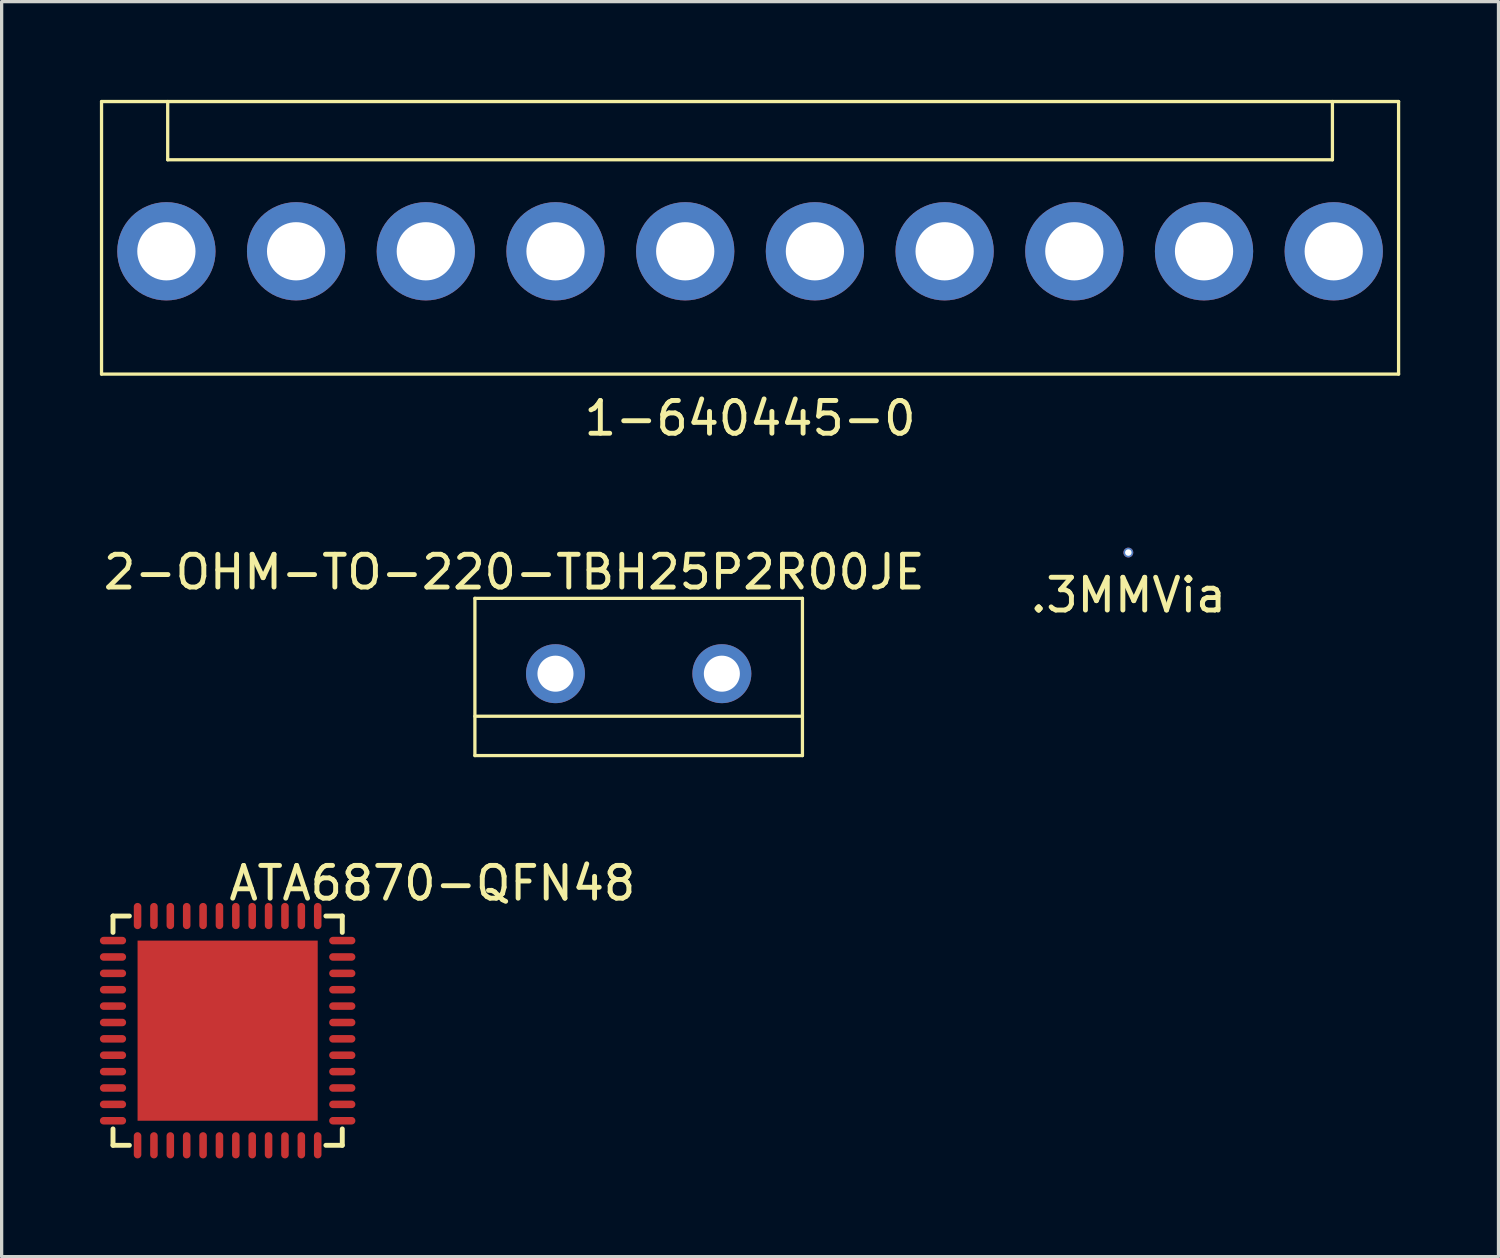
<source format=kicad_pcb>
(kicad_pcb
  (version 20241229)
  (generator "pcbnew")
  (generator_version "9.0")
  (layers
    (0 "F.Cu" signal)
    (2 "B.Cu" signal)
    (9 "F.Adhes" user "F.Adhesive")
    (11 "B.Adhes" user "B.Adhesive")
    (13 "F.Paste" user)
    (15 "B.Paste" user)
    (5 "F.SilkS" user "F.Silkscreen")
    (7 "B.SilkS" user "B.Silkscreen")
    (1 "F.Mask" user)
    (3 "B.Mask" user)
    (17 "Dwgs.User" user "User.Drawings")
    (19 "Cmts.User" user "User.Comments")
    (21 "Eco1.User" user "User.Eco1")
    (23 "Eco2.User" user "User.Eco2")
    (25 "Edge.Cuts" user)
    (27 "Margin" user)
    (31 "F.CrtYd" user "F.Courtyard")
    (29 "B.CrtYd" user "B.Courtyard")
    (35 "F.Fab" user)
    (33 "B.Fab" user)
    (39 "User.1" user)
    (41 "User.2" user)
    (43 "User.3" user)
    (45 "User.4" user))
  (footprint "2-OHM-TO-220-TBH25P2R00JE"
    (layer "F.Cu")
    (at 16.449 17.518)
    (property "Reference" "2-OHM-TO-220-TBH25P2R00JE" (at -3.8 -3.1 0) (layer "F.SilkS") (effects (font (size 1 1) (thickness 0.15))))
    (attr through_hole)
    (fp_line (start -5 -2.3) (end 5 -2.3) (stroke (width 0.1) (type solid)) (layer "F.SilkS"))
    (fp_line (start -5 1.3) (end 5 1.3) (stroke (width 0.1) (type solid)) (layer "F.SilkS"))
    (fp_line (start -5 2.5) (end -5 -2.3) (stroke (width 0.1) (type solid)) (layer "F.SilkS"))
    (fp_line (start -5 2.5) (end 5 2.5) (stroke (width 0.1) (type solid)) (layer "F.SilkS"))
    (fp_line (start 5 2.5) (end 5 -2.3) (stroke (width 0.1) (type solid)) (layer "F.SilkS"))
    (pad "1" thru_hole circle (at 2.54 0) (size 1.8 1.8) (drill 1.1) (layers "*.Cu" "*.Mask"))
    (pad "2" thru_hole circle (at -2.54 0) (size 1.8 1.8) (drill 1.1) (layers "*.Cu" "*.Mask")))
  (footprint "ATA6870-QFN48"
    (layer "F.Cu")
    (at 3.9 28.417)
    (property "Reference" "ATA6870-QFN48" (at 6.25 -4.5 0) (layer "F.SilkS") (effects (font (size 1 1) (thickness 0.15))))
    (attr through_hole)
    (fp_line (start -3.5 -3.5) (end -3 -3.5) (stroke (width 0.15) (type solid)) (layer "F.SilkS"))
    (fp_line (start -3.5 -3) (end -3.5 -3.5) (stroke (width 0.15) (type solid)) (layer "F.SilkS"))
    (fp_line (start -3.5 3.5) (end -3.5 3) (stroke (width 0.15) (type solid)) (layer "F.SilkS"))
    (fp_line (start -3 3.5) (end -3.5 3.5) (stroke (width 0.15) (type solid)) (layer "F.SilkS"))
    (fp_line (start 3 -3.5) (end 3.5 -3.5) (stroke (width 0.15) (type solid)) (layer "F.SilkS"))
    (fp_line (start 3.5 -3.5) (end 3.5 -3) (stroke (width 0.15) (type solid)) (layer "F.SilkS"))
    (fp_line (start 3.5 3) (end 3.5 3.5) (stroke (width 0.15) (type solid)) (layer "F.SilkS"))
    (fp_line (start 3.5 3.5) (end 3 3.5) (stroke (width 0.15) (type solid)) (layer "F.SilkS"))
    (pad "1" smd oval (at -3.5 -2.75) (size 0.8 0.23) (layers "F.Cu" "F.Mask" "F.Paste"))
    (pad "2" smd oval (at -3.5 -2.25) (size 0.8 0.23) (layers "F.Cu" "F.Mask" "F.Paste"))
    (pad "3" smd oval (at -3.5 -1.75) (size 0.8 0.23) (layers "F.Cu" "F.Mask" "F.Paste"))
    (pad "4" smd oval (at -3.5 -1.25) (size 0.8 0.23) (layers "F.Cu" "F.Mask" "F.Paste"))
    (pad "5" smd oval (at -3.5 -0.75) (size 0.8 0.23) (layers "F.Cu" "F.Mask" "F.Paste"))
    (pad "6" smd oval (at -3.5 -0.25) (size 0.8 0.23) (layers "F.Cu" "F.Mask" "F.Paste"))
    (pad "7" smd oval (at -3.5 0.25) (size 0.8 0.23) (layers "F.Cu" "F.Mask" "F.Paste"))
    (pad "8" smd oval (at -3.5 0.75) (size 0.8 0.23) (layers "F.Cu" "F.Mask" "F.Paste"))
    (pad "9" smd oval (at -3.5 1.25) (size 0.8 0.23) (layers "F.Cu" "F.Mask" "F.Paste"))
    (pad "10" smd oval (at -3.5 1.75) (size 0.8 0.23) (layers "F.Cu" "F.Mask" "F.Paste"))
    (pad "11" smd oval (at -3.5 2.25) (size 0.8 0.23) (layers "F.Cu" "F.Mask" "F.Paste"))
    (pad "12" smd oval (at -3.5 2.75) (size 0.8 0.23) (layers "F.Cu" "F.Mask" "F.Paste"))
    (pad "13" smd oval (at -2.75 3.5) (size 0.23 0.8) (layers "F.Cu" "F.Mask" "F.Paste"))
    (pad "14" smd oval (at -2.25 3.5) (size 0.23 0.8) (layers "F.Cu" "F.Mask" "F.Paste"))
    (pad "15" smd oval (at -1.75 3.5) (size 0.23 0.8) (layers "F.Cu" "F.Mask" "F.Paste"))
    (pad "16" smd oval (at -1.25 3.5) (size 0.23 0.8) (layers "F.Cu" "F.Mask" "F.Paste"))
    (pad "17" smd oval (at -0.75 3.5) (size 0.23 0.8) (layers "F.Cu" "F.Mask" "F.Paste"))
    (pad "18" smd oval (at -0.25 3.5) (size 0.23 0.8) (layers "F.Cu" "F.Mask" "F.Paste"))
    (pad "19" smd oval (at 0.25 3.5) (size 0.23 0.8) (layers "F.Cu" "F.Mask" "F.Paste"))
    (pad "20" smd oval (at 0.75 3.5) (size 0.23 0.8) (layers "F.Cu" "F.Mask" "F.Paste"))
    (pad "21" smd oval (at 1.25 3.5) (size 0.23 0.8) (layers "F.Cu" "F.Mask" "F.Paste"))
    (pad "22" smd oval (at 1.75 3.5) (size 0.23 0.8) (layers "F.Cu" "F.Mask" "F.Paste"))
    (pad "23" smd oval (at 2.25 3.5) (size 0.23 0.8) (layers "F.Cu" "F.Mask" "F.Paste"))
    (pad "24" smd oval (at 2.75 3.5) (size 0.23 0.8) (layers "F.Cu" "F.Mask" "F.Paste"))
    (pad "25" smd oval (at 3.5 2.75) (size 0.8 0.23) (layers "F.Cu" "F.Mask" "F.Paste"))
    (pad "26" smd oval (at 3.5 2.25) (size 0.8 0.23) (layers "F.Cu" "F.Mask" "F.Paste"))
    (pad "27" smd oval (at 3.5 1.75) (size 0.8 0.23) (layers "F.Cu" "F.Mask" "F.Paste"))
    (pad "28" smd oval (at 3.5 1.25) (size 0.8 0.23) (layers "F.Cu" "F.Mask" "F.Paste"))
    (pad "29" smd oval (at 3.5 0.75) (size 0.8 0.23) (layers "F.Cu" "F.Mask" "F.Paste"))
    (pad "30" smd oval (at 3.5 0.25) (size 0.8 0.23) (layers "F.Cu" "F.Mask" "F.Paste"))
    (pad "31" smd oval (at 3.5 -0.25) (size 0.8 0.23) (layers "F.Cu" "F.Mask" "F.Paste"))
    (pad "32" smd oval (at 3.5 -0.75) (size 0.8 0.23) (layers "F.Cu" "F.Mask" "F.Paste"))
    (pad "33" smd oval (at 3.5 -1.25) (size 0.8 0.23) (layers "F.Cu" "F.Mask" "F.Paste"))
    (pad "34" smd oval (at 3.5 -1.75) (size 0.8 0.23) (layers "F.Cu" "F.Mask" "F.Paste"))
    (pad "35" smd oval (at 3.5 -2.25) (size 0.8 0.23) (layers "F.Cu" "F.Mask" "F.Paste"))
    (pad "36" smd oval (at 3.5 -2.75) (size 0.8 0.23) (layers "F.Cu" "F.Mask" "F.Paste"))
    (pad "37" smd oval (at 2.75 -3.5) (size 0.23 0.8) (layers "F.Cu" "F.Mask" "F.Paste"))
    (pad "38" smd oval (at 2.25 -3.5) (size 0.23 0.8) (layers "F.Cu" "F.Mask" "F.Paste"))
    (pad "39" smd oval (at 1.75 -3.5) (size 0.23 0.8) (layers "F.Cu" "F.Mask" "F.Paste"))
    (pad "40" smd oval (at 1.25 -3.5) (size 0.23 0.8) (layers "F.Cu" "F.Mask" "F.Paste"))
    (pad "41" smd oval (at 0.75 -3.5) (size 0.23 0.8) (layers "F.Cu" "F.Mask" "F.Paste"))
    (pad "42" smd oval (at 0.25 -3.5) (size 0.23 0.8) (layers "F.Cu" "F.Mask" "F.Paste"))
    (pad "43" smd oval (at -0.25 -3.5) (size 0.23 0.8) (layers "F.Cu" "F.Mask" "F.Paste"))
    (pad "44" smd oval (at -0.75 -3.5) (size 0.23 0.8) (layers "F.Cu" "F.Mask" "F.Paste"))
    (pad "45" smd oval (at -1.25 -3.5) (size 0.23 0.8) (layers "F.Cu" "F.Mask" "F.Paste"))
    (pad "46" smd oval (at -1.75 -3.5) (size 0.23 0.8) (layers "F.Cu" "F.Mask" "F.Paste"))
    (pad "47" smd oval (at -2.25 -3.5) (size 0.23 0.8) (layers "F.Cu" "F.Mask" "F.Paste"))
    (pad "48" smd oval (at -2.75 -3.5) (size 0.23 0.8) (layers "F.Cu" "F.Mask" "F.Paste"))
    (pad "THRM" smd rect (at 0 0) (size 5.5 5.5) (layers "F.Cu" "F.Mask" "F.Paste")))
  (footprint "1-640445-0"
    (layer "F.Cu")
    (at 19.85 4.622)
    (property "Reference" "1-640445-0" (at 0 5.1 0) (layer "F.SilkS") (effects (font (size 1 1) (thickness 0.15))))
    (attr through_hole)
    (fp_line (start -19.8 3.75) (end -19.8 -4.572) (stroke (width 0.1) (type solid)) (layer "F.SilkS"))
    (fp_line (start -17.78 -2.794) (end -17.78 -4.572) (stroke (width 0.1) (type solid)) (layer "F.SilkS"))
    (fp_line (start 17.78 -4.572) (end 17.78 -2.794) (stroke (width 0.1) (type solid)) (layer "F.SilkS"))
    (fp_line (start 17.78 -2.794) (end -17.78 -2.794) (stroke (width 0.1) (type solid)) (layer "F.SilkS"))
    (fp_line (start 19.8 -4.572) (end -19.8 -4.572) (stroke (width 0.1) (type solid)) (layer "F.SilkS"))
    (fp_line (start 19.8 -4.572) (end 19.8 3.75) (stroke (width 0.1) (type solid)) (layer "F.SilkS"))
    (fp_line (start 19.8 3.75) (end -19.8 3.75) (stroke (width 0.1) (type solid)) (layer "F.SilkS"))
    (pad "1" thru_hole circle (at 17.82 0) (size 3 3) (drill 1.778) (layers "*.Cu" "*.Mask"))
    (pad "2" thru_hole circle (at 13.86 0) (size 3 3) (drill 1.778) (layers "*.Cu" "*.Mask"))
    (pad "3" thru_hole circle (at 9.9 0) (size 3 3) (drill 1.778) (layers "*.Cu" "*.Mask"))
    (pad "4" thru_hole circle (at 5.94 0) (size 3 3) (drill 1.778) (layers "*.Cu" "*.Mask"))
    (pad "5" thru_hole circle (at 1.98 0) (size 3 3) (drill 1.778) (layers "*.Cu" "*.Mask"))
    (pad "6" thru_hole circle (at -1.98 0) (size 3 3) (drill 1.778) (layers "*.Cu" "*.Mask"))
    (pad "7" thru_hole circle (at -5.94 0) (size 3 3) (drill 1.778) (layers "*.Cu" "*.Mask"))
    (pad "8" thru_hole circle (at -9.9 0) (size 3 3) (drill 1.778) (layers "*.Cu" "*.Mask"))
    (pad "9" thru_hole circle (at -13.86 0) (size 3 3) (drill 1.778) (layers "*.Cu" "*.Mask"))
    (pad "10" thru_hole circle (at -17.82 0) (size 3 3) (drill 1.778) (layers "*.Cu" "*.Mask")))
  (footprint ".3MMVia"
    (layer "F.Cu")
    (at 31.399 13.82)
    (property "Reference" ".3MMVia" (at 0 1.3 0) (layer "F.SilkS") (effects (font (size 1 1) (thickness 0.15))))
    (attr through_hole)
    (pad "1" thru_hole circle (at 0 0) (size 0.3 0.3) (drill 0.2) (layers "*.Cu" "*.Mask")))
  (gr_rect
    (start -3 -3)
    (end 42.7 35.317)
    (stroke (width 0.1) (type default))
    (fill no)
    (layer "Edge.Cuts")))
</source>
